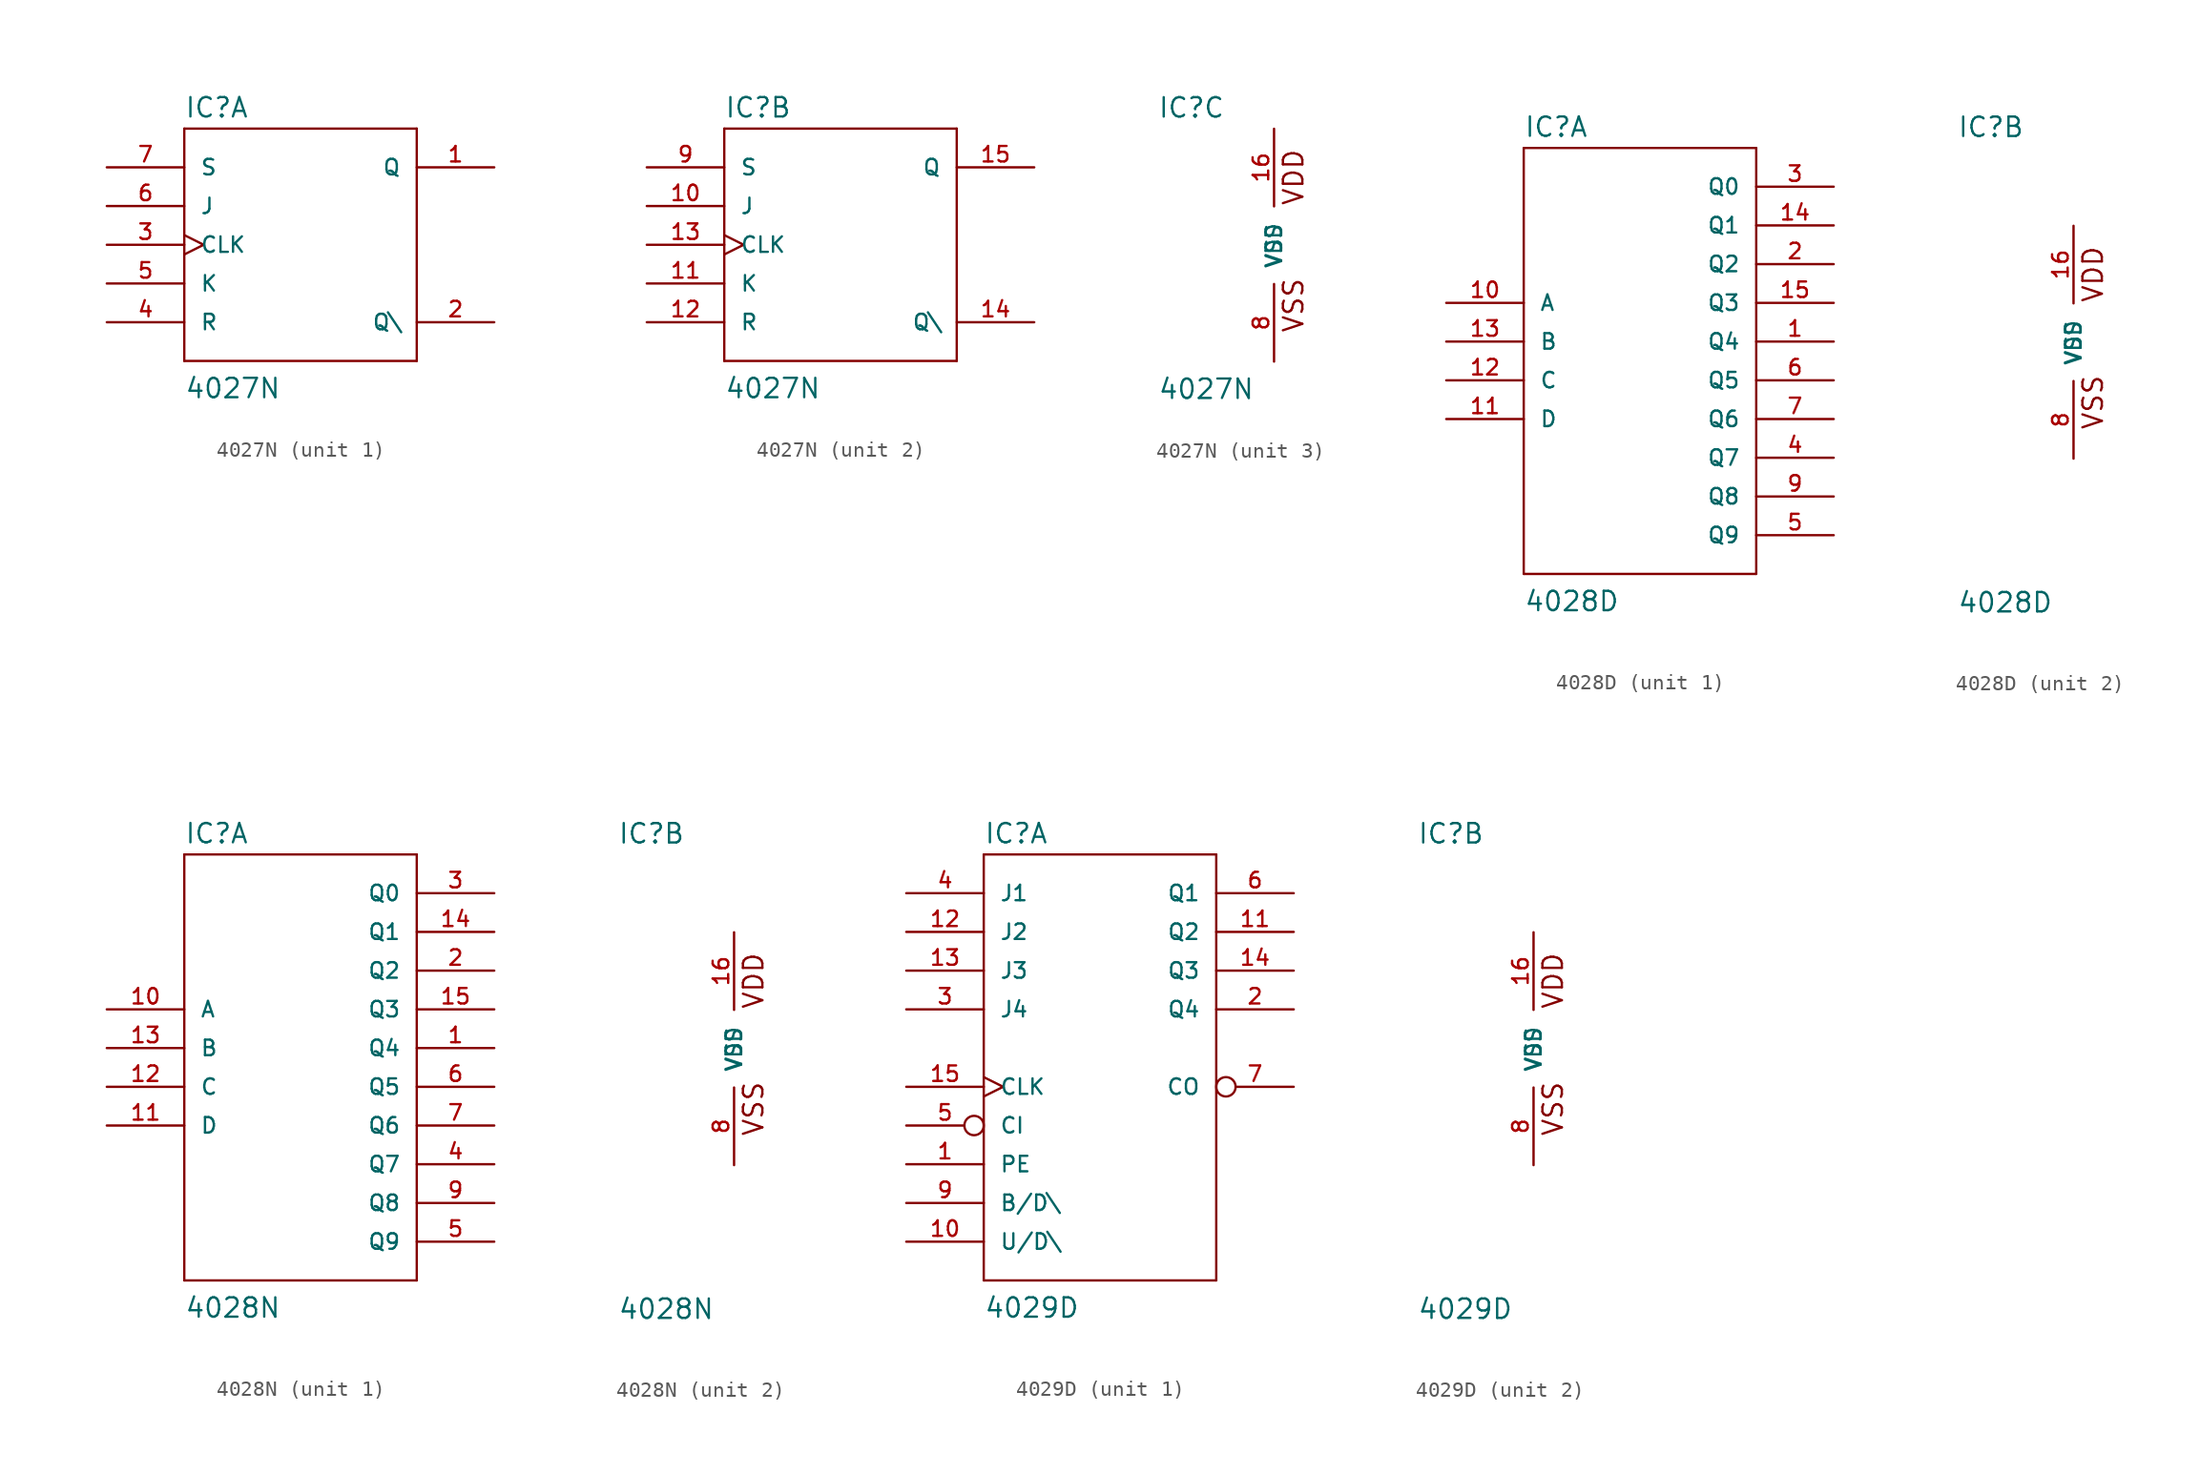
<source format=kicad_sym>
(kicad_symbol_lib
  (version 20211014)
  (generator kicad_symbol_editor)
  (symbol "4027N"
    (pin_names
      (offset 1.016))
    (property "Reference" "IC"
      (at -7.62 8.255 0)
      (effects (font (size 1.27 1.27)) (justify left bottom)))
    (property "Value" "4027N"
      (at -7.62 -10.16 0)
      (effects (font (size 1.27 1.27)) (justify left bottom)))
    (property "ki_locked" ""
      (at 0 0 0)
      (effects (font (size 1.27 1.27))))
    (symbol "4027N_1_0"
      (polyline (pts (xy -7.62 -7.62) (xy 7.62 -7.62)) (stroke (width 0) (type default) (color 0 0 0 0)) (fill (type none)))
      (polyline (pts (xy -7.62 7.62) (xy -7.62 -7.62)) (stroke (width 0) (type default) (color 0 0 0 0)) (fill (type none)))
      (polyline (pts (xy 7.62 -7.62) (xy 7.62 7.62)) (stroke (width 0) (type default) (color 0 0 0 0)) (fill (type none)))
      (polyline (pts (xy 7.62 7.62) (xy -7.62 7.62)) (stroke (width 0) (type default) (color 0 0 0 0)) (fill (type none))))
    (symbol "4027N_1_1"
      (pin output line (at 12.7 5.08 180) (length 5.08) (name "Q" (effects (font (size 1.016 1.016)))) (number "1" (effects (font (size 1.016 1.016)))))
      (pin output line (at 12.7 -5.08 180) (length 5.08) (name "Q\\" (effects (font (size 1.016 1.016)))) (number "2" (effects (font (size 1.016 1.016)))))
      (pin input clock (at -12.7 0 0) (length 5.08) (name "CLK" (effects (font (size 1.016 1.016)))) (number "3" (effects (font (size 1.016 1.016)))))
      (pin input line (at -12.7 -5.08 0) (length 5.08) (name "R" (effects (font (size 1.016 1.016)))) (number "4" (effects (font (size 1.016 1.016)))))
      (pin input line (at -12.7 -2.54 0) (length 5.08) (name "K" (effects (font (size 1.016 1.016)))) (number "5" (effects (font (size 1.016 1.016)))))
      (pin input line (at -12.7 2.54 0) (length 5.08) (name "J" (effects (font (size 1.016 1.016)))) (number "6" (effects (font (size 1.016 1.016)))))
      (pin input line (at -12.7 5.08 0) (length 5.08) (name "S" (effects (font (size 1.016 1.016)))) (number "7" (effects (font (size 1.016 1.016))))))
    (symbol "4027N_2_0"
      (polyline (pts (xy -7.62 -7.62) (xy 7.62 -7.62)) (stroke (width 0) (type default) (color 0 0 0 0)) (fill (type none)))
      (polyline (pts (xy -7.62 7.62) (xy -7.62 -7.62)) (stroke (width 0) (type default) (color 0 0 0 0)) (fill (type none)))
      (polyline (pts (xy 7.62 -7.62) (xy 7.62 7.62)) (stroke (width 0) (type default) (color 0 0 0 0)) (fill (type none)))
      (polyline (pts (xy 7.62 7.62) (xy -7.62 7.62)) (stroke (width 0) (type default) (color 0 0 0 0)) (fill (type none))))
    (symbol "4027N_2_1"
      (pin input line (at -12.7 2.54 0) (length 5.08) (name "J" (effects (font (size 1.016 1.016)))) (number "10" (effects (font (size 1.016 1.016)))))
      (pin input line (at -12.7 -2.54 0) (length 5.08) (name "K" (effects (font (size 1.016 1.016)))) (number "11" (effects (font (size 1.016 1.016)))))
      (pin input line (at -12.7 -5.08 0) (length 5.08) (name "R" (effects (font (size 1.016 1.016)))) (number "12" (effects (font (size 1.016 1.016)))))
      (pin input clock (at -12.7 0 0) (length 5.08) (name "CLK" (effects (font (size 1.016 1.016)))) (number "13" (effects (font (size 1.016 1.016)))))
      (pin output line (at 12.7 -5.08 180) (length 5.08) (name "Q\\" (effects (font (size 1.016 1.016)))) (number "14" (effects (font (size 1.016 1.016)))))
      (pin output line (at 12.7 5.08 180) (length 5.08) (name "Q" (effects (font (size 1.016 1.016)))) (number "15" (effects (font (size 1.016 1.016)))))
      (pin input line (at -12.7 5.08 0) (length 5.08) (name "S" (effects (font (size 1.016 1.016)))) (number "9" (effects (font (size 1.016 1.016))))))
    (symbol "4027N_3_0"
      (text "VDD" (at 1.27 4.445 1) (effects (font (size 1.27 1.27))))
      (text "VSS" (at 1.27 -3.937 1) (effects (font (size 1.27 1.27)))))
    (symbol "4027N_3_1"
      (pin power_in line (at 0 7.62 270) (length 5.08) (name "VDD" (effects (font (size 1.016 1.016)))) (number "16" (effects (font (size 1.016 1.016)))))
      (pin power_in line (at 0 -7.62 90) (length 5.08) (name "VSS" (effects (font (size 1.016 1.016)))) (number "8" (effects (font (size 1.016 1.016)))))))
  (symbol "4028D"
    (pin_names
      (offset 1.016))
    (property "Reference" "IC"
      (at -7.62 13.335 0)
      (effects (font (size 1.27 1.27)) (justify left bottom)))
    (property "Value" "4028D"
      (at -7.62 -17.78 0)
      (effects (font (size 1.27 1.27)) (justify left bottom)))
    (property "ki_locked" ""
      (at 0 0 0)
      (effects (font (size 1.27 1.27))))
    (symbol "4028D_1_0"
      (polyline (pts (xy -7.62 -15.24) (xy 7.62 -15.24)) (stroke (width 0) (type default) (color 0 0 0 0)) (fill (type none)))
      (polyline (pts (xy -7.62 12.7) (xy -7.62 -15.24)) (stroke (width 0) (type default) (color 0 0 0 0)) (fill (type none)))
      (polyline (pts (xy 7.62 -15.24) (xy 7.62 12.7)) (stroke (width 0) (type default) (color 0 0 0 0)) (fill (type none)))
      (polyline (pts (xy 7.62 12.7) (xy -7.62 12.7)) (stroke (width 0) (type default) (color 0 0 0 0)) (fill (type none))))
    (symbol "4028D_1_1"
      (pin output line (at 12.7 0 180) (length 5.08) (name "Q4" (effects (font (size 1.016 1.016)))) (number "1" (effects (font (size 1.016 1.016)))))
      (pin input line (at -12.7 2.54 0) (length 5.08) (name "A" (effects (font (size 1.016 1.016)))) (number "10" (effects (font (size 1.016 1.016)))))
      (pin input line (at -12.7 -5.08 0) (length 5.08) (name "D" (effects (font (size 1.016 1.016)))) (number "11" (effects (font (size 1.016 1.016)))))
      (pin input line (at -12.7 -2.54 0) (length 5.08) (name "C" (effects (font (size 1.016 1.016)))) (number "12" (effects (font (size 1.016 1.016)))))
      (pin input line (at -12.7 0 0) (length 5.08) (name "B" (effects (font (size 1.016 1.016)))) (number "13" (effects (font (size 1.016 1.016)))))
      (pin output line (at 12.7 7.62 180) (length 5.08) (name "Q1" (effects (font (size 1.016 1.016)))) (number "14" (effects (font (size 1.016 1.016)))))
      (pin output line (at 12.7 2.54 180) (length 5.08) (name "Q3" (effects (font (size 1.016 1.016)))) (number "15" (effects (font (size 1.016 1.016)))))
      (pin output line (at 12.7 5.08 180) (length 5.08) (name "Q2" (effects (font (size 1.016 1.016)))) (number "2" (effects (font (size 1.016 1.016)))))
      (pin output line (at 12.7 10.16 180) (length 5.08) (name "Q0" (effects (font (size 1.016 1.016)))) (number "3" (effects (font (size 1.016 1.016)))))
      (pin output line (at 12.7 -7.62 180) (length 5.08) (name "Q7" (effects (font (size 1.016 1.016)))) (number "4" (effects (font (size 1.016 1.016)))))
      (pin output line (at 12.7 -12.7 180) (length 5.08) (name "Q9" (effects (font (size 1.016 1.016)))) (number "5" (effects (font (size 1.016 1.016)))))
      (pin output line (at 12.7 -2.54 180) (length 5.08) (name "Q5" (effects (font (size 1.016 1.016)))) (number "6" (effects (font (size 1.016 1.016)))))
      (pin output line (at 12.7 -5.08 180) (length 5.08) (name "Q6" (effects (font (size 1.016 1.016)))) (number "7" (effects (font (size 1.016 1.016)))))
      (pin output line (at 12.7 -10.16 180) (length 5.08) (name "Q8" (effects (font (size 1.016 1.016)))) (number "9" (effects (font (size 1.016 1.016))))))
    (symbol "4028D_2_0"
      (text "VDD" (at 1.27 4.445 1) (effects (font (size 1.27 1.27))))
      (text "VSS" (at 1.27 -3.937 1) (effects (font (size 1.27 1.27)))))
    (symbol "4028D_2_1"
      (pin power_in line (at 0 7.62 270) (length 5.08) (name "VDD" (effects (font (size 1.016 1.016)))) (number "16" (effects (font (size 1.016 1.016)))))
      (pin power_in line (at 0 -7.62 90) (length 5.08) (name "VSS" (effects (font (size 1.016 1.016)))) (number "8" (effects (font (size 1.016 1.016)))))))
  (symbol "4028N"
    (pin_names
      (offset 1.016))
    (property "Reference" "IC"
      (at -7.62 13.335 0)
      (effects (font (size 1.27 1.27)) (justify left bottom)))
    (property "Value" "4028N"
      (at -7.62 -17.78 0)
      (effects (font (size 1.27 1.27)) (justify left bottom)))
    (property "ki_locked" ""
      (at 0 0 0)
      (effects (font (size 1.27 1.27))))
    (symbol "4028N_1_0"
      (polyline (pts (xy -7.62 -15.24) (xy 7.62 -15.24)) (stroke (width 0) (type default) (color 0 0 0 0)) (fill (type none)))
      (polyline (pts (xy -7.62 12.7) (xy -7.62 -15.24)) (stroke (width 0) (type default) (color 0 0 0 0)) (fill (type none)))
      (polyline (pts (xy 7.62 -15.24) (xy 7.62 12.7)) (stroke (width 0) (type default) (color 0 0 0 0)) (fill (type none)))
      (polyline (pts (xy 7.62 12.7) (xy -7.62 12.7)) (stroke (width 0) (type default) (color 0 0 0 0)) (fill (type none))))
    (symbol "4028N_1_1"
      (pin output line (at 12.7 0 180) (length 5.08) (name "Q4" (effects (font (size 1.016 1.016)))) (number "1" (effects (font (size 1.016 1.016)))))
      (pin input line (at -12.7 2.54 0) (length 5.08) (name "A" (effects (font (size 1.016 1.016)))) (number "10" (effects (font (size 1.016 1.016)))))
      (pin input line (at -12.7 -5.08 0) (length 5.08) (name "D" (effects (font (size 1.016 1.016)))) (number "11" (effects (font (size 1.016 1.016)))))
      (pin input line (at -12.7 -2.54 0) (length 5.08) (name "C" (effects (font (size 1.016 1.016)))) (number "12" (effects (font (size 1.016 1.016)))))
      (pin input line (at -12.7 0 0) (length 5.08) (name "B" (effects (font (size 1.016 1.016)))) (number "13" (effects (font (size 1.016 1.016)))))
      (pin output line (at 12.7 7.62 180) (length 5.08) (name "Q1" (effects (font (size 1.016 1.016)))) (number "14" (effects (font (size 1.016 1.016)))))
      (pin output line (at 12.7 2.54 180) (length 5.08) (name "Q3" (effects (font (size 1.016 1.016)))) (number "15" (effects (font (size 1.016 1.016)))))
      (pin output line (at 12.7 5.08 180) (length 5.08) (name "Q2" (effects (font (size 1.016 1.016)))) (number "2" (effects (font (size 1.016 1.016)))))
      (pin output line (at 12.7 10.16 180) (length 5.08) (name "Q0" (effects (font (size 1.016 1.016)))) (number "3" (effects (font (size 1.016 1.016)))))
      (pin output line (at 12.7 -7.62 180) (length 5.08) (name "Q7" (effects (font (size 1.016 1.016)))) (number "4" (effects (font (size 1.016 1.016)))))
      (pin output line (at 12.7 -12.7 180) (length 5.08) (name "Q9" (effects (font (size 1.016 1.016)))) (number "5" (effects (font (size 1.016 1.016)))))
      (pin output line (at 12.7 -2.54 180) (length 5.08) (name "Q5" (effects (font (size 1.016 1.016)))) (number "6" (effects (font (size 1.016 1.016)))))
      (pin output line (at 12.7 -5.08 180) (length 5.08) (name "Q6" (effects (font (size 1.016 1.016)))) (number "7" (effects (font (size 1.016 1.016)))))
      (pin output line (at 12.7 -10.16 180) (length 5.08) (name "Q8" (effects (font (size 1.016 1.016)))) (number "9" (effects (font (size 1.016 1.016))))))
    (symbol "4028N_2_0"
      (text "VDD" (at 1.27 4.445 1) (effects (font (size 1.27 1.27))))
      (text "VSS" (at 1.27 -3.937 1) (effects (font (size 1.27 1.27)))))
    (symbol "4028N_2_1"
      (pin power_in line (at 0 7.62 270) (length 5.08) (name "VDD" (effects (font (size 1.016 1.016)))) (number "16" (effects (font (size 1.016 1.016)))))
      (pin power_in line (at 0 -7.62 90) (length 5.08) (name "VSS" (effects (font (size 1.016 1.016)))) (number "8" (effects (font (size 1.016 1.016)))))))
  (symbol "4029D"
    (pin_names
      (offset 1.016))
    (property "Reference" "IC"
      (at -7.62 13.335 0)
      (effects (font (size 1.27 1.27)) (justify left bottom)))
    (property "Value" "4029D"
      (at -7.62 -17.78 0)
      (effects (font (size 1.27 1.27)) (justify left bottom)))
    (property "ki_locked" ""
      (at 0 0 0)
      (effects (font (size 1.27 1.27))))
    (symbol "4029D_1_0"
      (polyline (pts (xy -7.62 -15.24) (xy 7.62 -15.24)) (stroke (width 0) (type default) (color 0 0 0 0)) (fill (type none)))
      (polyline (pts (xy -7.62 12.7) (xy -7.62 -15.24)) (stroke (width 0) (type default) (color 0 0 0 0)) (fill (type none)))
      (polyline (pts (xy 7.62 -15.24) (xy 7.62 12.7)) (stroke (width 0) (type default) (color 0 0 0 0)) (fill (type none)))
      (polyline (pts (xy 7.62 12.7) (xy -7.62 12.7)) (stroke (width 0) (type default) (color 0 0 0 0)) (fill (type none))))
    (symbol "4029D_1_1"
      (pin input line (at -12.7 -7.62 0) (length 5.08) (name "PE" (effects (font (size 1.016 1.016)))) (number "1" (effects (font (size 1.016 1.016)))))
      (pin input line (at -12.7 -12.7 0) (length 5.08) (name "U/D\\" (effects (font (size 1.016 1.016)))) (number "10" (effects (font (size 1.016 1.016)))))
      (pin output line (at 12.7 7.62 180) (length 5.08) (name "Q2" (effects (font (size 1.016 1.016)))) (number "11" (effects (font (size 1.016 1.016)))))
      (pin input line (at -12.7 7.62 0) (length 5.08) (name "J2" (effects (font (size 1.016 1.016)))) (number "12" (effects (font (size 1.016 1.016)))))
      (pin input line (at -12.7 5.08 0) (length 5.08) (name "J3" (effects (font (size 1.016 1.016)))) (number "13" (effects (font (size 1.016 1.016)))))
      (pin output line (at 12.7 5.08 180) (length 5.08) (name "Q3" (effects (font (size 1.016 1.016)))) (number "14" (effects (font (size 1.016 1.016)))))
      (pin input clock (at -12.7 -2.54 0) (length 5.08) (name "CLK" (effects (font (size 1.016 1.016)))) (number "15" (effects (font (size 1.016 1.016)))))
      (pin output line (at 12.7 2.54 180) (length 5.08) (name "Q4" (effects (font (size 1.016 1.016)))) (number "2" (effects (font (size 1.016 1.016)))))
      (pin input line (at -12.7 2.54 0) (length 5.08) (name "J4" (effects (font (size 1.016 1.016)))) (number "3" (effects (font (size 1.016 1.016)))))
      (pin input line (at -12.7 10.16 0) (length 5.08) (name "J1" (effects (font (size 1.016 1.016)))) (number "4" (effects (font (size 1.016 1.016)))))
      (pin input inverted (at -12.7 -5.08 0) (length 5.08) (name "CI" (effects (font (size 1.016 1.016)))) (number "5" (effects (font (size 1.016 1.016)))))
      (pin output line (at 12.7 10.16 180) (length 5.08) (name "Q1" (effects (font (size 1.016 1.016)))) (number "6" (effects (font (size 1.016 1.016)))))
      (pin output inverted (at 12.7 -2.54 180) (length 5.08) (name "CO" (effects (font (size 1.016 1.016)))) (number "7" (effects (font (size 1.016 1.016)))))
      (pin input line (at -12.7 -10.16 0) (length 5.08) (name "B/D\\" (effects (font (size 1.016 1.016)))) (number "9" (effects (font (size 1.016 1.016))))))
    (symbol "4029D_2_0"
      (text "VDD" (at 1.27 4.445 1) (effects (font (size 1.27 1.27))))
      (text "VSS" (at 1.27 -3.937 1) (effects (font (size 1.27 1.27)))))
    (symbol "4029D_2_1"
      (pin power_in line (at 0 7.62 270) (length 5.08) (name "VDD" (effects (font (size 1.016 1.016)))) (number "16" (effects (font (size 1.016 1.016)))))
      (pin power_in line (at 0 -7.62 90) (length 5.08) (name "VSS" (effects (font (size 1.016 1.016)))) (number "8" (effects (font (size 1.016 1.016))))))))
</source>
